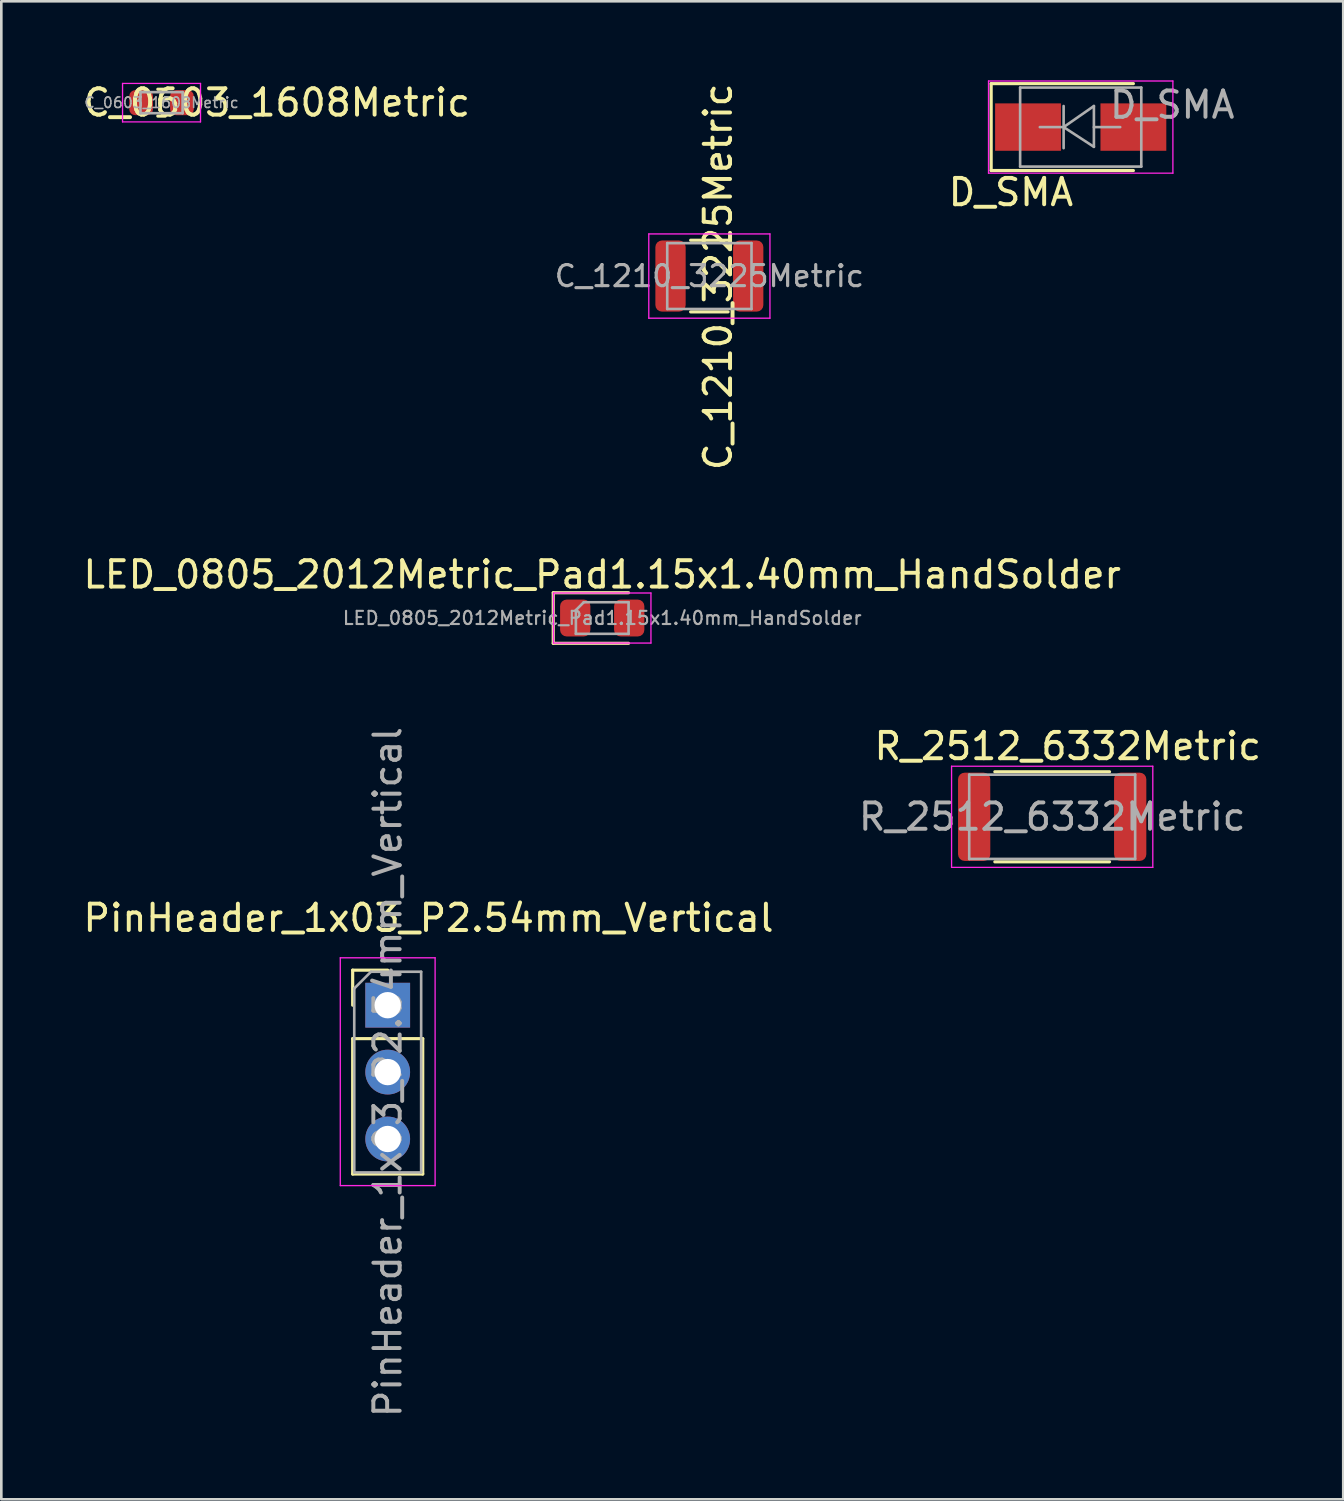
<source format=kicad_pcb>
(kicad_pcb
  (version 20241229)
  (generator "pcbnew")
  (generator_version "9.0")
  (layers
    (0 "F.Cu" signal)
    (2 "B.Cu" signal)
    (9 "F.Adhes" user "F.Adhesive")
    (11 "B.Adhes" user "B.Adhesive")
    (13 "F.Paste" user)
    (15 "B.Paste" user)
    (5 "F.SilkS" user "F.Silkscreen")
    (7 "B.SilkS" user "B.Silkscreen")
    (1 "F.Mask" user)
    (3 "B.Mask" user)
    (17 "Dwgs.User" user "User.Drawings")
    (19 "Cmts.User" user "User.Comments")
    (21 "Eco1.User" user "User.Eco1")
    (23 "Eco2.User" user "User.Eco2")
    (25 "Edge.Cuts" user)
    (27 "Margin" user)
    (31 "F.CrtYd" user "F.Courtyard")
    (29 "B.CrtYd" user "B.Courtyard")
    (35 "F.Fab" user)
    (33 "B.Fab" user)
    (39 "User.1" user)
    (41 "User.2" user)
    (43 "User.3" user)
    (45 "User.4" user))
  (footprint "LED_0805_2012Metric_Pad1.15x1.40mm_HandSolder"
    (layer "F.Cu")
    (at 19.815 20.415)
    (property "Reference" "LED_0805_2012Metric_Pad1.15x1.40mm_HandSolder" (at 0 -1.65 180) (layer "F.SilkS") (effects (font (size 1 1) (thickness 0.15))))
    (attr smd)
    (fp_line (start -1.86 -0.96) (end -1.86 0.96) (stroke (width 0.12) (type solid)) (layer "F.SilkS"))
    (fp_line (start -1.86 0.96) (end 1 0.96) (stroke (width 0.12) (type solid)) (layer "F.SilkS"))
    (fp_line (start 1 -0.96) (end -1.86 -0.96) (stroke (width 0.12) (type solid)) (layer "F.SilkS"))
    (fp_line (start -1.85 -0.95) (end 1.85 -0.95) (stroke (width 0.05) (type solid)) (layer "F.CrtYd"))
    (fp_line (start -1.85 0.95) (end -1.85 -0.95) (stroke (width 0.05) (type solid)) (layer "F.CrtYd"))
    (fp_line (start 1.85 -0.95) (end 1.85 0.95) (stroke (width 0.05) (type solid)) (layer "F.CrtYd"))
    (fp_line (start 1.85 0.95) (end -1.85 0.95) (stroke (width 0.05) (type solid)) (layer "F.CrtYd"))
    (fp_line (start -1 -0.3) (end -1 0.6) (stroke (width 0.1) (type solid)) (layer "F.Fab"))
    (fp_line (start -1 0.6) (end 1 0.6) (stroke (width 0.1) (type solid)) (layer "F.Fab"))
    (fp_line (start -0.7 -0.6) (end -1 -0.3) (stroke (width 0.1) (type solid)) (layer "F.Fab"))
    (fp_line (start 1 -0.6) (end -0.7 -0.6) (stroke (width 0.1) (type solid)) (layer "F.Fab"))
    (fp_line (start 1 0.6) (end 1 -0.6) (stroke (width 0.1) (type solid)) (layer "F.Fab"))
    (fp_text user "${REFERENCE}" (at 0 0 180) (layer "F.Fab") (effects (font (size 0.5 0.5) (thickness 0.08))))
    (pad "1" smd roundrect (at -1.025 0) (size 1.15 1.4) (layers "F.Cu" "F.Mask" "F.Paste") (roundrect_rratio 0.217))
    (pad "2" smd roundrect (at 1.025 0) (size 1.15 1.4) (layers "F.Cu" "F.Mask" "F.Paste") (roundrect_rratio 0.217)))
  (footprint "PinHeader_1x03_P2.54mm_Vertical"
    (layer "F.Cu")
    (at 11.67 35.115)
    (property "Reference" "PinHeader_1x03_P2.54mm_Vertical" (at 1.55 -3.31 0) (layer "F.SilkS") (effects (font (size 1 1) (thickness 0.15))))
    (attr through_hole)
    (fp_line (start -1.33 -1.33) (end 0 -1.33) (stroke (width 0.12) (type solid)) (layer "F.SilkS"))
    (fp_line (start -1.33 0) (end -1.33 -1.33) (stroke (width 0.12) (type solid)) (layer "F.SilkS"))
    (fp_line (start -1.33 1.27) (end -1.33 6.41) (stroke (width 0.12) (type solid)) (layer "F.SilkS"))
    (fp_line (start -1.33 1.27) (end 1.33 1.27) (stroke (width 0.12) (type solid)) (layer "F.SilkS"))
    (fp_line (start -1.33 6.41) (end 1.33 6.41) (stroke (width 0.12) (type solid)) (layer "F.SilkS"))
    (fp_line (start 1.33 1.27) (end 1.33 6.41) (stroke (width 0.12) (type solid)) (layer "F.SilkS"))
    (fp_line (start -1.8 -1.8) (end -1.8 6.85) (stroke (width 0.05) (type solid)) (layer "F.CrtYd"))
    (fp_line (start -1.8 6.85) (end 1.8 6.85) (stroke (width 0.05) (type solid)) (layer "F.CrtYd"))
    (fp_line (start 1.8 -1.8) (end -1.8 -1.8) (stroke (width 0.05) (type solid)) (layer "F.CrtYd"))
    (fp_line (start 1.8 6.85) (end 1.8 -1.8) (stroke (width 0.05) (type solid)) (layer "F.CrtYd"))
    (fp_line (start -1.27 -0.635) (end -0.635 -1.27) (stroke (width 0.1) (type solid)) (layer "F.Fab"))
    (fp_line (start -1.27 6.35) (end -1.27 -0.635) (stroke (width 0.1) (type solid)) (layer "F.Fab"))
    (fp_line (start -0.635 -1.27) (end 1.27 -1.27) (stroke (width 0.1) (type solid)) (layer "F.Fab"))
    (fp_line (start 1.27 -1.27) (end 1.27 6.35) (stroke (width 0.1) (type solid)) (layer "F.Fab"))
    (fp_line (start 1.27 6.35) (end -1.27 6.35) (stroke (width 0.1) (type solid)) (layer "F.Fab"))
    (fp_text user "${REFERENCE}" (at 0 2.54 270) (layer "F.Fab") (effects (font (size 1 1) (thickness 0.15))))
    (pad "1" thru_hole rect (at 0 0) (size 1.7 1.7) (drill 1) (layers "*.Cu" "*.Mask"))
    (pad "2" thru_hole oval (at 0 2.54) (size 1.7 1.7) (drill 1) (layers "*.Cu" "*.Mask"))
    (pad "3" thru_hole oval (at 0 5.08) (size 1.7 1.7) (drill 1) (layers "*.Cu" "*.Mask")))
  (footprint "C_0603_1608Metric"
    (layer "F.Cu")
    (at 3.083 0.848)
    (property "Reference" "C_0603_1608Metric" (at 4.375 0 0) (layer "F.SilkS") (effects (font (size 1 1) (thickness 0.15))))
    (attr smd)
    (fp_line (start -0.141 -0.51) (end 0.141 -0.51) (stroke (width 0.12) (type solid)) (layer "F.SilkS"))
    (fp_line (start -0.141 0.51) (end 0.141 0.51) (stroke (width 0.12) (type solid)) (layer "F.SilkS"))
    (fp_line (start -1.48 -0.73) (end 1.48 -0.73) (stroke (width 0.05) (type solid)) (layer "F.CrtYd"))
    (fp_line (start -1.48 0.73) (end -1.48 -0.73) (stroke (width 0.05) (type solid)) (layer "F.CrtYd"))
    (fp_line (start 1.48 -0.73) (end 1.48 0.73) (stroke (width 0.05) (type solid)) (layer "F.CrtYd"))
    (fp_line (start 1.48 0.73) (end -1.48 0.73) (stroke (width 0.05) (type solid)) (layer "F.CrtYd"))
    (fp_line (start -0.8 -0.4) (end 0.8 -0.4) (stroke (width 0.1) (type solid)) (layer "F.Fab"))
    (fp_line (start -0.8 0.4) (end -0.8 -0.4) (stroke (width 0.1) (type solid)) (layer "F.Fab"))
    (fp_line (start 0.8 -0.4) (end 0.8 0.4) (stroke (width 0.1) (type solid)) (layer "F.Fab"))
    (fp_line (start 0.8 0.4) (end -0.8 0.4) (stroke (width 0.1) (type solid)) (layer "F.Fab"))
    (fp_text user "${REFERENCE}" (at 0 0 0) (layer "F.Fab") (effects (font (size 0.4 0.4) (thickness 0.06))))
    (pad "1" smd roundrect (at -0.775 0) (size 0.9 0.95) (layers "F.Cu" "F.Mask" "F.Paste") (roundrect_rratio 0.25))
    (pad "2" smd roundrect (at 0.775 0) (size 0.9 0.95) (layers "F.Cu" "F.Mask" "F.Paste") (roundrect_rratio 0.25)))
  (footprint "C_1210_3225Metric"
    (layer "F.Cu")
    (at 23.883 7.431)
    (property "Reference" "C_1210_3225Metric" (at 0.33 0.028 270) (layer "F.SilkS") (effects (font (size 1 1) (thickness 0.15))))
    (attr smd)
    (fp_line (start -0.711 -1.36) (end 0.711 -1.36) (stroke (width 0.12) (type solid)) (layer "F.SilkS"))
    (fp_line (start -0.711 1.36) (end 0.711 1.36) (stroke (width 0.12) (type solid)) (layer "F.SilkS"))
    (fp_line (start -2.3 -1.6) (end 2.3 -1.6) (stroke (width 0.05) (type solid)) (layer "F.CrtYd"))
    (fp_line (start -2.3 1.6) (end -2.3 -1.6) (stroke (width 0.05) (type solid)) (layer "F.CrtYd"))
    (fp_line (start 2.3 -1.6) (end 2.3 1.6) (stroke (width 0.05) (type solid)) (layer "F.CrtYd"))
    (fp_line (start 2.3 1.6) (end -2.3 1.6) (stroke (width 0.05) (type solid)) (layer "F.CrtYd"))
    (fp_line (start -1.6 -1.25) (end 1.6 -1.25) (stroke (width 0.1) (type solid)) (layer "F.Fab"))
    (fp_line (start -1.6 1.25) (end -1.6 -1.25) (stroke (width 0.1) (type solid)) (layer "F.Fab"))
    (fp_line (start 1.6 -1.25) (end 1.6 1.25) (stroke (width 0.1) (type solid)) (layer "F.Fab"))
    (fp_line (start 1.6 1.25) (end -1.6 1.25) (stroke (width 0.1) (type solid)) (layer "F.Fab"))
    (fp_text user "${REFERENCE}" (at 0 0 180) (layer "F.Fab") (effects (font (size 0.8 0.8) (thickness 0.12))))
    (pad "1" smd roundrect (at -1.475 0) (size 1.15 2.7) (layers "F.Cu" "F.Mask" "F.Paste") (roundrect_rratio 0.217))
    (pad "2" smd roundrect (at 1.475 0) (size 1.15 2.7) (layers "F.Cu" "F.Mask" "F.Paste") (roundrect_rratio 0.217)))
  (footprint "R_2512_6332Metric"
    (layer "F.Cu")
    (at 36.899 27.962)
    (property "Reference" "R_2512_6332Metric" (at 0.592 -2.679 0) (layer "F.SilkS") (effects (font (size 1 1) (thickness 0.15))))
    (attr smd)
    (fp_line (start -2.177 -1.71) (end 2.177 -1.71) (stroke (width 0.12) (type solid)) (layer "F.SilkS"))
    (fp_line (start -2.177 1.71) (end 2.177 1.71) (stroke (width 0.12) (type solid)) (layer "F.SilkS"))
    (fp_line (start -3.82 -1.92) (end 3.82 -1.92) (stroke (width 0.05) (type solid)) (layer "F.CrtYd"))
    (fp_line (start -3.82 1.92) (end -3.82 -1.92) (stroke (width 0.05) (type solid)) (layer "F.CrtYd"))
    (fp_line (start 3.82 -1.92) (end 3.82 1.92) (stroke (width 0.05) (type solid)) (layer "F.CrtYd"))
    (fp_line (start 3.82 1.92) (end -3.82 1.92) (stroke (width 0.05) (type solid)) (layer "F.CrtYd"))
    (fp_line (start -3.15 -1.6) (end 3.15 -1.6) (stroke (width 0.1) (type solid)) (layer "F.Fab"))
    (fp_line (start -3.15 1.6) (end -3.15 -1.6) (stroke (width 0.1) (type solid)) (layer "F.Fab"))
    (fp_line (start 3.15 -1.6) (end 3.15 1.6) (stroke (width 0.1) (type solid)) (layer "F.Fab"))
    (fp_line (start 3.15 1.6) (end -3.15 1.6) (stroke (width 0.1) (type solid)) (layer "F.Fab"))
    (fp_text user "${REFERENCE}" (at 0 0 0) (layer "F.Fab") (effects (font (size 1 1) (thickness 0.15))))
    (pad "1" smd roundrect (at -2.962 0) (size 1.225 3.35) (layers "F.Cu" "F.Mask" "F.Paste") (roundrect_rratio 0.204))
    (pad "2" smd roundrect (at 2.962 0) (size 1.225 3.35) (layers "F.Cu" "F.Mask" "F.Paste") (roundrect_rratio 0.204)))
  (footprint "D_SMA"
    (layer "F.Cu")
    (at 37.982 1.775)
    (property "Reference" "D_SMA" (at -2.65 2.475 180) (layer "F.SilkS") (effects (font (size 1 1) (thickness 0.15))))
    (attr smd)
    (fp_line (start -3.4 -1.65) (end -3.4 1.65) (stroke (width 0.12) (type solid)) (layer "F.SilkS"))
    (fp_line (start -3.4 -1.65) (end 2 -1.65) (stroke (width 0.12) (type solid)) (layer "F.SilkS"))
    (fp_line (start -3.4 1.65) (end 2 1.65) (stroke (width 0.12) (type solid)) (layer "F.SilkS"))
    (fp_line (start -3.5 -1.75) (end 3.5 -1.75) (stroke (width 0.05) (type solid)) (layer "F.CrtYd"))
    (fp_line (start -3.5 1.75) (end -3.5 -1.75) (stroke (width 0.05) (type solid)) (layer "F.CrtYd"))
    (fp_line (start 3.5 -1.75) (end 3.5 1.75) (stroke (width 0.05) (type solid)) (layer "F.CrtYd"))
    (fp_line (start 3.5 1.75) (end -3.5 1.75) (stroke (width 0.05) (type solid)) (layer "F.CrtYd"))
    (fp_line (start -2.3 1.5) (end -2.3 -1.5) (stroke (width 0.1) (type solid)) (layer "F.Fab"))
    (fp_line (start -0.649 -0.799) (end -0.649 0.801) (stroke (width 0.1) (type solid)) (layer "F.Fab"))
    (fp_line (start -0.649 0.001) (end -1.551 0.001) (stroke (width 0.1) (type solid)) (layer "F.Fab"))
    (fp_line (start -0.649 0.001) (end 0.501 -0.799) (stroke (width 0.1) (type solid)) (layer "F.Fab"))
    (fp_line (start -0.649 0.001) (end 0.501 0.75) (stroke (width 0.1) (type solid)) (layer "F.Fab"))
    (fp_line (start 0.501 0.001) (end 1.499 0.001) (stroke (width 0.1) (type solid)) (layer "F.Fab"))
    (fp_line (start 0.501 0.75) (end 0.501 -0.799) (stroke (width 0.1) (type solid)) (layer "F.Fab"))
    (fp_line (start 2.3 -1.5) (end -2.3 -1.5) (stroke (width 0.1) (type solid)) (layer "F.Fab"))
    (fp_line (start 2.3 -1.5) (end 2.3 1.5) (stroke (width 0.1) (type solid)) (layer "F.Fab"))
    (fp_line (start 2.3 1.5) (end -2.3 1.5) (stroke (width 0.1) (type solid)) (layer "F.Fab"))
    (fp_text user "${REFERENCE}" (at 3.475 -0.845 180) (layer "F.Fab") (effects (font (size 1 1) (thickness 0.15))))
    (pad "1" smd rect (at -2 0) (size 2.5 1.8) (layers "F.Cu" "F.Mask" "F.Paste"))
    (pad "2" smd rect (at 2 0) (size 2.5 1.8) (layers "F.Cu" "F.Mask" "F.Paste")))
  (gr_rect
    (start -3 -3)
    (end 47.95 53.875)
    (stroke (width 0.1) (type default))
    (fill no)
    (layer "Edge.Cuts")))
</source>
